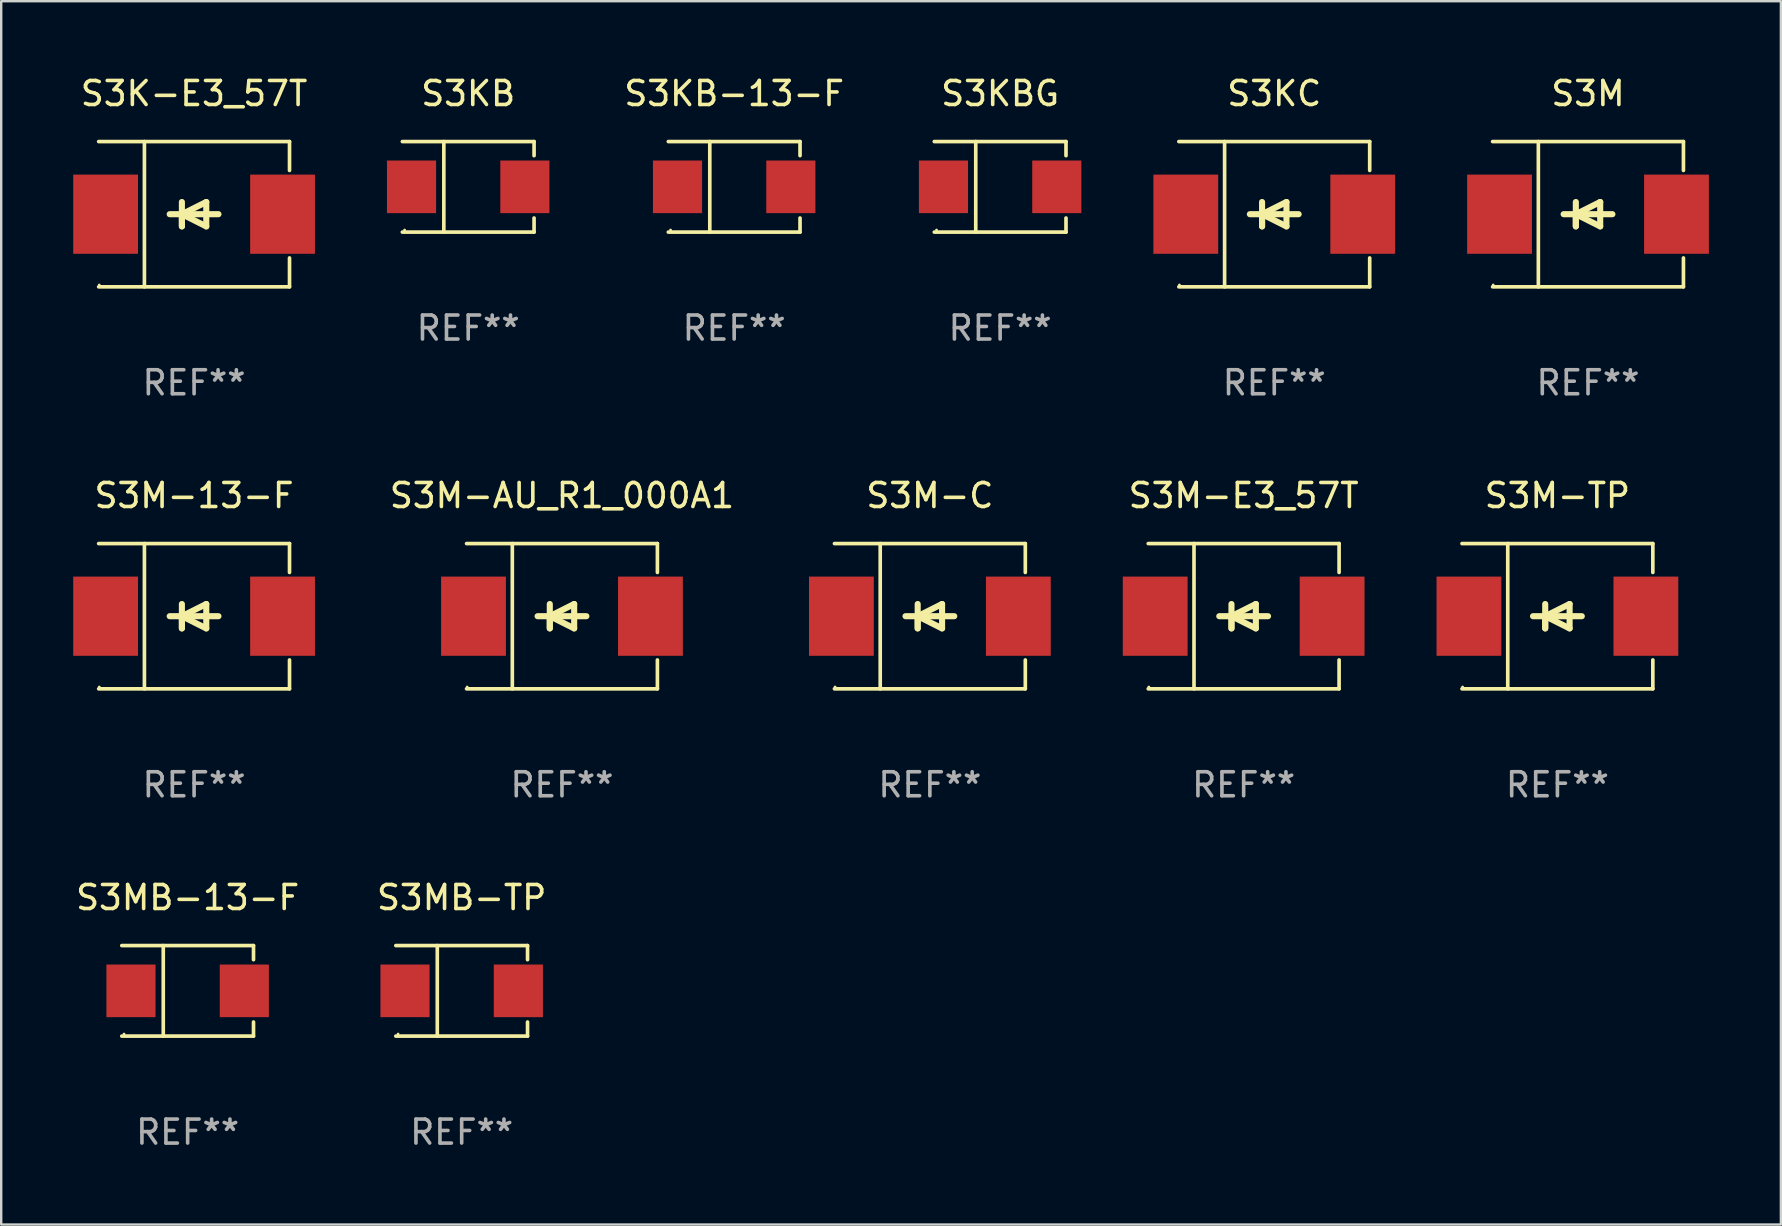
<source format=kicad_pcb>
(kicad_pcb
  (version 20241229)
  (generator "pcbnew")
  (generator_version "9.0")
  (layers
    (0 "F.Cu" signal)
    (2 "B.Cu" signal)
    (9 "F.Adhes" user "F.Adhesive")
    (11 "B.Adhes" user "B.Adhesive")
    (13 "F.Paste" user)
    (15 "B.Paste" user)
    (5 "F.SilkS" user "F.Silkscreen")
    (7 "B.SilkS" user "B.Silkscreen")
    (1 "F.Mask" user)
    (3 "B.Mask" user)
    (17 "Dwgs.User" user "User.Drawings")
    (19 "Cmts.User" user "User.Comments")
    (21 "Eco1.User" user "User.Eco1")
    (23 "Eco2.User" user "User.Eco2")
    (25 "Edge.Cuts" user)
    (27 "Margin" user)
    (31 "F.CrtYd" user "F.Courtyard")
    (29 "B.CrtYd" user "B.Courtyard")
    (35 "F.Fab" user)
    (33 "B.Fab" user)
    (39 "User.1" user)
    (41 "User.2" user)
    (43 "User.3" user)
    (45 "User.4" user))
  (footprint "S3M-C"
    (layer "F.Cu")
    (at 35.692 22.623)
    (property "Reference" "S3M-C" (at 0 -5.026 0) (layer "F.SilkS") (effects (font (size 1 1) (thickness 0.15))))
    (attr through_hole)
    (fp_line (start -3.976 -3.026) (end 3.976 -3.026) (stroke (width 0.152) (type solid)) (layer "F.SilkS"))
    (fp_line (start -3.976 3.026) (end 3.976 3.026) (stroke (width 0.152) (type solid)) (layer "F.SilkS"))
    (fp_line (start -2.069 -3.026) (end -2.069 3.026) (stroke (width 0.152) (type solid)) (layer "F.SilkS"))
    (fp_line (start -0.508 0) (end -0.508 0.508) (stroke (width 0.254) (type solid)) (layer "F.SilkS"))
    (fp_line (start -0.508 0) (end 0.508 0.508) (stroke (width 0.254) (type solid)) (layer "F.SilkS"))
    (fp_line (start -0.508 0.508) (end -0.508 -0.508) (stroke (width 0.254) (type solid)) (layer "F.SilkS"))
    (fp_line (start 0.508 -0.508) (end -0.508 0) (stroke (width 0.254) (type solid)) (layer "F.SilkS"))
    (fp_line (start 0.508 0.508) (end 0.508 -0.508) (stroke (width 0.254) (type solid)) (layer "F.SilkS"))
    (fp_line (start 1.016 0) (end -1.016 0) (stroke (width 0.254) (type solid)) (layer "F.SilkS"))
    (fp_line (start 3.976 -3.026) (end 3.976 -1.823) (stroke (width 0.152) (type solid)) (layer "F.SilkS"))
    (fp_line (start 3.976 3.026) (end 3.976 1.823) (stroke (width 0.152) (type solid)) (layer "F.SilkS"))
    (fp_circle (center -3.95 2.95) (end -3.92 2.95) (stroke (width 0.06) (type solid)) (fill no) (layer "F.SilkS"))
    (fp_text user "REF**" (at 0 7.026 0) (layer "F.Fab") (effects (font (size 1 1) (thickness 0.15))))
    (pad "1" smd rect (at -3.686 0) (size 2.7 3.3) (layers "F.Cu" "F.Mask" "F.Paste"))
    (pad "2" smd rect (at 3.686 0) (size 2.7 3.3) (layers "F.Cu" "F.Mask" "F.Paste")))
  (footprint "S3KC"
    (layer "F.Cu")
    (at 50.04 5.874)
    (property "Reference" "S3KC" (at 0 -5.026 0) (layer "F.SilkS") (effects (font (size 1 1) (thickness 0.15))))
    (attr through_hole)
    (fp_line (start -3.976 -3.026) (end 3.976 -3.026) (stroke (width 0.152) (type solid)) (layer "F.SilkS"))
    (fp_line (start -3.976 3.026) (end 3.976 3.026) (stroke (width 0.152) (type solid)) (layer "F.SilkS"))
    (fp_line (start -2.069 -3.026) (end -2.069 3.026) (stroke (width 0.152) (type solid)) (layer "F.SilkS"))
    (fp_line (start -0.508 0) (end -0.508 0.508) (stroke (width 0.254) (type solid)) (layer "F.SilkS"))
    (fp_line (start -0.508 0) (end 0.508 0.508) (stroke (width 0.254) (type solid)) (layer "F.SilkS"))
    (fp_line (start -0.508 0.508) (end -0.508 -0.508) (stroke (width 0.254) (type solid)) (layer "F.SilkS"))
    (fp_line (start 0.508 -0.508) (end -0.508 0) (stroke (width 0.254) (type solid)) (layer "F.SilkS"))
    (fp_line (start 0.508 0.508) (end 0.508 -0.508) (stroke (width 0.254) (type solid)) (layer "F.SilkS"))
    (fp_line (start 1.016 0) (end -1.016 0) (stroke (width 0.254) (type solid)) (layer "F.SilkS"))
    (fp_line (start 3.976 -3.026) (end 3.976 -1.823) (stroke (width 0.152) (type solid)) (layer "F.SilkS"))
    (fp_line (start 3.976 3.026) (end 3.976 1.823) (stroke (width 0.152) (type solid)) (layer "F.SilkS"))
    (fp_circle (center -3.95 2.95) (end -3.92 2.95) (stroke (width 0.06) (type solid)) (fill no) (layer "F.SilkS"))
    (fp_text user "REF**" (at 0 7.026 0) (layer "F.Fab") (effects (font (size 1 1) (thickness 0.15))))
    (pad "1" smd rect (at -3.686 0) (size 2.7 3.3) (layers "F.Cu" "F.Mask" "F.Paste"))
    (pad "2" smd rect (at 3.686 0) (size 2.7 3.3) (layers "F.Cu" "F.Mask" "F.Paste")))
  (footprint "S3M-AU_R1_000A1"
    (layer "F.Cu")
    (at 20.364 22.623)
    (property "Reference" "S3M-AU_R1_000A1" (at 0 -5.026 0) (layer "F.SilkS") (effects (font (size 1 1) (thickness 0.15))))
    (attr through_hole)
    (fp_line (start -3.976 -3.026) (end 3.976 -3.026) (stroke (width 0.152) (type solid)) (layer "F.SilkS"))
    (fp_line (start -3.976 3.026) (end 3.976 3.026) (stroke (width 0.152) (type solid)) (layer "F.SilkS"))
    (fp_line (start -2.069 -3.026) (end -2.069 3.026) (stroke (width 0.152) (type solid)) (layer "F.SilkS"))
    (fp_line (start -0.508 0) (end -0.508 0.508) (stroke (width 0.254) (type solid)) (layer "F.SilkS"))
    (fp_line (start -0.508 0) (end 0.508 0.508) (stroke (width 0.254) (type solid)) (layer "F.SilkS"))
    (fp_line (start -0.508 0.508) (end -0.508 -0.508) (stroke (width 0.254) (type solid)) (layer "F.SilkS"))
    (fp_line (start 0.508 -0.508) (end -0.508 0) (stroke (width 0.254) (type solid)) (layer "F.SilkS"))
    (fp_line (start 0.508 0.508) (end 0.508 -0.508) (stroke (width 0.254) (type solid)) (layer "F.SilkS"))
    (fp_line (start 1.016 0) (end -1.016 0) (stroke (width 0.254) (type solid)) (layer "F.SilkS"))
    (fp_line (start 3.976 -3.026) (end 3.976 -1.823) (stroke (width 0.152) (type solid)) (layer "F.SilkS"))
    (fp_line (start 3.976 3.026) (end 3.976 1.823) (stroke (width 0.152) (type solid)) (layer "F.SilkS"))
    (fp_circle (center -3.95 2.95) (end -3.92 2.95) (stroke (width 0.06) (type solid)) (fill no) (layer "F.SilkS"))
    (fp_text user "REF**" (at 0 7.026 0) (layer "F.Fab") (effects (font (size 1 1) (thickness 0.15))))
    (pad "1" smd rect (at -3.686 0) (size 2.7 3.3) (layers "F.Cu" "F.Mask" "F.Paste"))
    (pad "2" smd rect (at 3.686 0) (size 2.7 3.3) (layers "F.Cu" "F.Mask" "F.Paste")))
  (footprint "S3M-E3_57T"
    (layer "F.Cu")
    (at 48.765 22.623)
    (property "Reference" "S3M-E3_57T" (at 0 -5.026 0) (layer "F.SilkS") (effects (font (size 1 1) (thickness 0.15))))
    (attr through_hole)
    (fp_line (start -3.976 -3.026) (end 3.976 -3.026) (stroke (width 0.152) (type solid)) (layer "F.SilkS"))
    (fp_line (start -3.976 3.026) (end 3.976 3.026) (stroke (width 0.152) (type solid)) (layer "F.SilkS"))
    (fp_line (start -2.069 -3.026) (end -2.069 3.026) (stroke (width 0.152) (type solid)) (layer "F.SilkS"))
    (fp_line (start -0.508 0) (end -0.508 0.508) (stroke (width 0.254) (type solid)) (layer "F.SilkS"))
    (fp_line (start -0.508 0) (end 0.508 0.508) (stroke (width 0.254) (type solid)) (layer "F.SilkS"))
    (fp_line (start -0.508 0.508) (end -0.508 -0.508) (stroke (width 0.254) (type solid)) (layer "F.SilkS"))
    (fp_line (start 0.508 -0.508) (end -0.508 0) (stroke (width 0.254) (type solid)) (layer "F.SilkS"))
    (fp_line (start 0.508 0.508) (end 0.508 -0.508) (stroke (width 0.254) (type solid)) (layer "F.SilkS"))
    (fp_line (start 1.016 0) (end -1.016 0) (stroke (width 0.254) (type solid)) (layer "F.SilkS"))
    (fp_line (start 3.976 -3.026) (end 3.976 -1.823) (stroke (width 0.152) (type solid)) (layer "F.SilkS"))
    (fp_line (start 3.976 3.026) (end 3.976 1.823) (stroke (width 0.152) (type solid)) (layer "F.SilkS"))
    (fp_circle (center -3.95 2.95) (end -3.92 2.95) (stroke (width 0.06) (type solid)) (fill no) (layer "F.SilkS"))
    (fp_text user "REF**" (at 0 7.026 0) (layer "F.Fab") (effects (font (size 1 1) (thickness 0.15))))
    (pad "1" smd rect (at -3.686 0) (size 2.7 3.3) (layers "F.Cu" "F.Mask" "F.Paste"))
    (pad "2" smd rect (at 3.686 0) (size 2.7 3.3) (layers "F.Cu" "F.Mask" "F.Paste")))
  (footprint "S3KB"
    (layer "F.Cu")
    (at 16.457 4.734)
    (property "Reference" "S3KB" (at 0 -3.886 0) (layer "F.SilkS") (effects (font (size 1 1) (thickness 0.15))))
    (attr through_hole)
    (fp_line (start -2.744 -1.886) (end 2.744 -1.886) (stroke (width 0.152) (type solid)) (layer "F.SilkS"))
    (fp_line (start -2.744 1.886) (end 2.744 1.886) (stroke (width 0.152) (type solid)) (layer "F.SilkS"))
    (fp_line (start -1.016 -1.886) (end -1.016 1.886) (stroke (width 0.152) (type solid)) (layer "F.SilkS"))
    (fp_line (start 2.744 -1.886) (end 2.744 -1.299) (stroke (width 0.152) (type solid)) (layer "F.SilkS"))
    (fp_line (start 2.744 1.886) (end 2.744 1.299) (stroke (width 0.152) (type solid)) (layer "F.SilkS"))
    (fp_circle (center -2.65 1.8) (end -2.62 1.8) (stroke (width 0.06) (type solid)) (fill no) (layer "F.SilkS"))
    (fp_text user "REF**" (at 0 5.886 0) (layer "F.Fab") (effects (font (size 1 1) (thickness 0.15))))
    (pad "1" smd rect (at -2.361 0) (size 2.047 2.192) (layers "F.Cu" "F.Mask" "F.Paste"))
    (pad "2" smd rect (at 2.361 0) (size 2.047 2.192) (layers "F.Cu" "F.Mask" "F.Paste")))
  (footprint "S3MB-TP"
    (layer "F.Cu")
    (at 16.185 38.232)
    (property "Reference" "S3MB-TP" (at 0 -3.886 0) (layer "F.SilkS") (effects (font (size 1 1) (thickness 0.15))))
    (attr through_hole)
    (fp_line (start -2.744 -1.886) (end 2.744 -1.886) (stroke (width 0.152) (type solid)) (layer "F.SilkS"))
    (fp_line (start -2.744 1.886) (end 2.744 1.886) (stroke (width 0.152) (type solid)) (layer "F.SilkS"))
    (fp_line (start -1.016 -1.886) (end -1.016 1.886) (stroke (width 0.152) (type solid)) (layer "F.SilkS"))
    (fp_line (start 2.744 -1.886) (end 2.744 -1.299) (stroke (width 0.152) (type solid)) (layer "F.SilkS"))
    (fp_line (start 2.744 1.886) (end 2.744 1.299) (stroke (width 0.152) (type solid)) (layer "F.SilkS"))
    (fp_circle (center -2.65 1.8) (end -2.62 1.8) (stroke (width 0.06) (type solid)) (fill no) (layer "F.SilkS"))
    (fp_text user "REF**" (at 0 5.886 0) (layer "F.Fab") (effects (font (size 1 1) (thickness 0.15))))
    (pad "1" smd rect (at -2.361 0) (size 2.047 2.192) (layers "F.Cu" "F.Mask" "F.Paste"))
    (pad "2" smd rect (at 2.361 0) (size 2.047 2.192) (layers "F.Cu" "F.Mask" "F.Paste")))
  (footprint "S3KBG"
    (layer "F.Cu")
    (at 38.619 4.734)
    (property "Reference" "S3KBG" (at 0 -3.886 0) (layer "F.SilkS") (effects (font (size 1 1) (thickness 0.15))))
    (attr through_hole)
    (fp_line (start -2.744 -1.886) (end 2.744 -1.886) (stroke (width 0.152) (type solid)) (layer "F.SilkS"))
    (fp_line (start -2.744 1.886) (end 2.744 1.886) (stroke (width 0.152) (type solid)) (layer "F.SilkS"))
    (fp_line (start -1.016 -1.886) (end -1.016 1.886) (stroke (width 0.152) (type solid)) (layer "F.SilkS"))
    (fp_line (start 2.744 -1.886) (end 2.744 -1.299) (stroke (width 0.152) (type solid)) (layer "F.SilkS"))
    (fp_line (start 2.744 1.886) (end 2.744 1.299) (stroke (width 0.152) (type solid)) (layer "F.SilkS"))
    (fp_circle (center -2.65 1.8) (end -2.62 1.8) (stroke (width 0.06) (type solid)) (fill no) (layer "F.SilkS"))
    (fp_text user "REF**" (at 0 5.886 0) (layer "F.Fab") (effects (font (size 1 1) (thickness 0.15))))
    (pad "1" smd rect (at -2.361 0) (size 2.047 2.192) (layers "F.Cu" "F.Mask" "F.Paste"))
    (pad "2" smd rect (at 2.361 0) (size 2.047 2.192) (layers "F.Cu" "F.Mask" "F.Paste")))
  (footprint "S3KB-13-F"
    (layer "F.Cu")
    (at 27.538 4.734)
    (property "Reference" "S3KB-13-F" (at 0 -3.886 0) (layer "F.SilkS") (effects (font (size 1 1) (thickness 0.15))))
    (attr through_hole)
    (fp_line (start -2.744 -1.886) (end 2.744 -1.886) (stroke (width 0.152) (type solid)) (layer "F.SilkS"))
    (fp_line (start -2.744 1.886) (end 2.744 1.886) (stroke (width 0.152) (type solid)) (layer "F.SilkS"))
    (fp_line (start -1.016 -1.886) (end -1.016 1.886) (stroke (width 0.152) (type solid)) (layer "F.SilkS"))
    (fp_line (start 2.744 -1.886) (end 2.744 -1.299) (stroke (width 0.152) (type solid)) (layer "F.SilkS"))
    (fp_line (start 2.744 1.886) (end 2.744 1.299) (stroke (width 0.152) (type solid)) (layer "F.SilkS"))
    (fp_circle (center -2.65 1.8) (end -2.62 1.8) (stroke (width 0.06) (type solid)) (fill no) (layer "F.SilkS"))
    (fp_text user "REF**" (at 0 5.886 0) (layer "F.Fab") (effects (font (size 1 1) (thickness 0.15))))
    (pad "1" smd rect (at -2.361 0) (size 2.047 2.192) (layers "F.Cu" "F.Mask" "F.Paste"))
    (pad "2" smd rect (at 2.361 0) (size 2.047 2.192) (layers "F.Cu" "F.Mask" "F.Paste")))
  (footprint "S3M-TP"
    (layer "F.Cu")
    (at 61.837 22.623)
    (property "Reference" "S3M-TP" (at 0 -5.026 0) (layer "F.SilkS") (effects (font (size 1 1) (thickness 0.15))))
    (attr through_hole)
    (fp_line (start -3.976 -3.026) (end 3.976 -3.026) (stroke (width 0.152) (type solid)) (layer "F.SilkS"))
    (fp_line (start -3.976 3.026) (end 3.976 3.026) (stroke (width 0.152) (type solid)) (layer "F.SilkS"))
    (fp_line (start -2.069 -3.026) (end -2.069 3.026) (stroke (width 0.152) (type solid)) (layer "F.SilkS"))
    (fp_line (start -0.508 0) (end -0.508 0.508) (stroke (width 0.254) (type solid)) (layer "F.SilkS"))
    (fp_line (start -0.508 0) (end 0.508 0.508) (stroke (width 0.254) (type solid)) (layer "F.SilkS"))
    (fp_line (start -0.508 0.508) (end -0.508 -0.508) (stroke (width 0.254) (type solid)) (layer "F.SilkS"))
    (fp_line (start 0.508 -0.508) (end -0.508 0) (stroke (width 0.254) (type solid)) (layer "F.SilkS"))
    (fp_line (start 0.508 0.508) (end 0.508 -0.508) (stroke (width 0.254) (type solid)) (layer "F.SilkS"))
    (fp_line (start 1.016 0) (end -1.016 0) (stroke (width 0.254) (type solid)) (layer "F.SilkS"))
    (fp_line (start 3.976 -3.026) (end 3.976 -1.823) (stroke (width 0.152) (type solid)) (layer "F.SilkS"))
    (fp_line (start 3.976 3.026) (end 3.976 1.823) (stroke (width 0.152) (type solid)) (layer "F.SilkS"))
    (fp_circle (center -3.95 2.95) (end -3.92 2.95) (stroke (width 0.06) (type solid)) (fill no) (layer "F.SilkS"))
    (fp_text user "REF**" (at 0 7.026 0) (layer "F.Fab") (effects (font (size 1 1) (thickness 0.15))))
    (pad "1" smd rect (at -3.686 0) (size 2.7 3.3) (layers "F.Cu" "F.Mask" "F.Paste"))
    (pad "2" smd rect (at 3.686 0) (size 2.7 3.3) (layers "F.Cu" "F.Mask" "F.Paste")))
  (footprint "S3M-13-F"
    (layer "F.Cu")
    (at 5.036 22.623)
    (property "Reference" "S3M-13-F" (at 0 -5.026 0) (layer "F.SilkS") (effects (font (size 1 1) (thickness 0.15))))
    (attr through_hole)
    (fp_line (start -3.976 -3.026) (end 3.976 -3.026) (stroke (width 0.152) (type solid)) (layer "F.SilkS"))
    (fp_line (start -3.976 3.026) (end 3.976 3.026) (stroke (width 0.152) (type solid)) (layer "F.SilkS"))
    (fp_line (start -2.069 -3.026) (end -2.069 3.026) (stroke (width 0.152) (type solid)) (layer "F.SilkS"))
    (fp_line (start -0.508 0) (end -0.508 0.508) (stroke (width 0.254) (type solid)) (layer "F.SilkS"))
    (fp_line (start -0.508 0) (end 0.508 0.508) (stroke (width 0.254) (type solid)) (layer "F.SilkS"))
    (fp_line (start -0.508 0.508) (end -0.508 -0.508) (stroke (width 0.254) (type solid)) (layer "F.SilkS"))
    (fp_line (start 0.508 -0.508) (end -0.508 0) (stroke (width 0.254) (type solid)) (layer "F.SilkS"))
    (fp_line (start 0.508 0.508) (end 0.508 -0.508) (stroke (width 0.254) (type solid)) (layer "F.SilkS"))
    (fp_line (start 1.016 0) (end -1.016 0) (stroke (width 0.254) (type solid)) (layer "F.SilkS"))
    (fp_line (start 3.976 -3.026) (end 3.976 -1.823) (stroke (width 0.152) (type solid)) (layer "F.SilkS"))
    (fp_line (start 3.976 3.026) (end 3.976 1.823) (stroke (width 0.152) (type solid)) (layer "F.SilkS"))
    (fp_circle (center -3.95 2.95) (end -3.92 2.95) (stroke (width 0.06) (type solid)) (fill no) (layer "F.SilkS"))
    (fp_text user "REF**" (at 0 7.026 0) (layer "F.Fab") (effects (font (size 1 1) (thickness 0.15))))
    (pad "1" smd rect (at -3.686 0) (size 2.7 3.3) (layers "F.Cu" "F.Mask" "F.Paste"))
    (pad "2" smd rect (at 3.686 0) (size 2.7 3.3) (layers "F.Cu" "F.Mask" "F.Paste")))
  (footprint "S3MB-13-F"
    (layer "F.Cu")
    (at 4.768 38.232)
    (property "Reference" "S3MB-13-F" (at 0 -3.886 0) (layer "F.SilkS") (effects (font (size 1 1) (thickness 0.15))))
    (attr through_hole)
    (fp_line (start -2.744 -1.886) (end 2.744 -1.886) (stroke (width 0.152) (type solid)) (layer "F.SilkS"))
    (fp_line (start -2.744 1.886) (end 2.744 1.886) (stroke (width 0.152) (type solid)) (layer "F.SilkS"))
    (fp_line (start -1.016 -1.886) (end -1.016 1.886) (stroke (width 0.152) (type solid)) (layer "F.SilkS"))
    (fp_line (start 2.744 -1.886) (end 2.744 -1.299) (stroke (width 0.152) (type solid)) (layer "F.SilkS"))
    (fp_line (start 2.744 1.886) (end 2.744 1.299) (stroke (width 0.152) (type solid)) (layer "F.SilkS"))
    (fp_circle (center -2.65 1.8) (end -2.62 1.8) (stroke (width 0.06) (type solid)) (fill no) (layer "F.SilkS"))
    (fp_text user "REF**" (at 0 5.886 0) (layer "F.Fab") (effects (font (size 1 1) (thickness 0.15))))
    (pad "1" smd rect (at -2.361 0) (size 2.047 2.192) (layers "F.Cu" "F.Mask" "F.Paste"))
    (pad "2" smd rect (at 2.361 0) (size 2.047 2.192) (layers "F.Cu" "F.Mask" "F.Paste")))
  (footprint "S3M"
    (layer "F.Cu")
    (at 63.112 5.874)
    (property "Reference" "S3M" (at 0 -5.026 0) (layer "F.SilkS") (effects (font (size 1 1) (thickness 0.15))))
    (attr through_hole)
    (fp_line (start -3.976 -3.026) (end 3.976 -3.026) (stroke (width 0.152) (type solid)) (layer "F.SilkS"))
    (fp_line (start -3.976 3.026) (end 3.976 3.026) (stroke (width 0.152) (type solid)) (layer "F.SilkS"))
    (fp_line (start -2.069 -3.026) (end -2.069 3.026) (stroke (width 0.152) (type solid)) (layer "F.SilkS"))
    (fp_line (start -0.508 0) (end -0.508 0.508) (stroke (width 0.254) (type solid)) (layer "F.SilkS"))
    (fp_line (start -0.508 0) (end 0.508 0.508) (stroke (width 0.254) (type solid)) (layer "F.SilkS"))
    (fp_line (start -0.508 0.508) (end -0.508 -0.508) (stroke (width 0.254) (type solid)) (layer "F.SilkS"))
    (fp_line (start 0.508 -0.508) (end -0.508 0) (stroke (width 0.254) (type solid)) (layer "F.SilkS"))
    (fp_line (start 0.508 0.508) (end 0.508 -0.508) (stroke (width 0.254) (type solid)) (layer "F.SilkS"))
    (fp_line (start 1.016 0) (end -1.016 0) (stroke (width 0.254) (type solid)) (layer "F.SilkS"))
    (fp_line (start 3.976 -3.026) (end 3.976 -1.823) (stroke (width 0.152) (type solid)) (layer "F.SilkS"))
    (fp_line (start 3.976 3.026) (end 3.976 1.823) (stroke (width 0.152) (type solid)) (layer "F.SilkS"))
    (fp_circle (center -3.95 2.95) (end -3.92 2.95) (stroke (width 0.06) (type solid)) (fill no) (layer "F.SilkS"))
    (fp_text user "REF**" (at 0 7.026 0) (layer "F.Fab") (effects (font (size 1 1) (thickness 0.15))))
    (pad "1" smd rect (at -3.686 0) (size 2.7 3.3) (layers "F.Cu" "F.Mask" "F.Paste"))
    (pad "2" smd rect (at 3.686 0) (size 2.7 3.3) (layers "F.Cu" "F.Mask" "F.Paste")))
  (footprint "S3K-E3_57T"
    (layer "F.Cu")
    (at 5.036 5.874)
    (property "Reference" "S3K-E3_57T" (at 0 -5.026 0) (layer "F.SilkS") (effects (font (size 1 1) (thickness 0.15))))
    (attr through_hole)
    (fp_line (start -3.976 -3.026) (end 3.976 -3.026) (stroke (width 0.152) (type solid)) (layer "F.SilkS"))
    (fp_line (start -3.976 3.026) (end 3.976 3.026) (stroke (width 0.152) (type solid)) (layer "F.SilkS"))
    (fp_line (start -2.069 -3.026) (end -2.069 3.026) (stroke (width 0.152) (type solid)) (layer "F.SilkS"))
    (fp_line (start -0.508 0) (end -0.508 0.508) (stroke (width 0.254) (type solid)) (layer "F.SilkS"))
    (fp_line (start -0.508 0) (end 0.508 0.508) (stroke (width 0.254) (type solid)) (layer "F.SilkS"))
    (fp_line (start -0.508 0.508) (end -0.508 -0.508) (stroke (width 0.254) (type solid)) (layer "F.SilkS"))
    (fp_line (start 0.508 -0.508) (end -0.508 0) (stroke (width 0.254) (type solid)) (layer "F.SilkS"))
    (fp_line (start 0.508 0.508) (end 0.508 -0.508) (stroke (width 0.254) (type solid)) (layer "F.SilkS"))
    (fp_line (start 1.016 0) (end -1.016 0) (stroke (width 0.254) (type solid)) (layer "F.SilkS"))
    (fp_line (start 3.976 -3.026) (end 3.976 -1.823) (stroke (width 0.152) (type solid)) (layer "F.SilkS"))
    (fp_line (start 3.976 3.026) (end 3.976 1.823) (stroke (width 0.152) (type solid)) (layer "F.SilkS"))
    (fp_circle (center -3.95 2.95) (end -3.92 2.95) (stroke (width 0.06) (type solid)) (fill no) (layer "F.SilkS"))
    (fp_text user "REF**" (at 0 7.026 0) (layer "F.Fab") (effects (font (size 1 1) (thickness 0.15))))
    (pad "1" smd rect (at -3.686 0) (size 2.7 3.3) (layers "F.Cu" "F.Mask" "F.Paste"))
    (pad "2" smd rect (at 3.686 0) (size 2.7 3.3) (layers "F.Cu" "F.Mask" "F.Paste")))
  (gr_rect
    (start -3 -3)
    (end 71.148 47.967)
    (stroke (width 0.1) (type default))
    (fill no)
    (layer "Edge.Cuts")))
</source>
